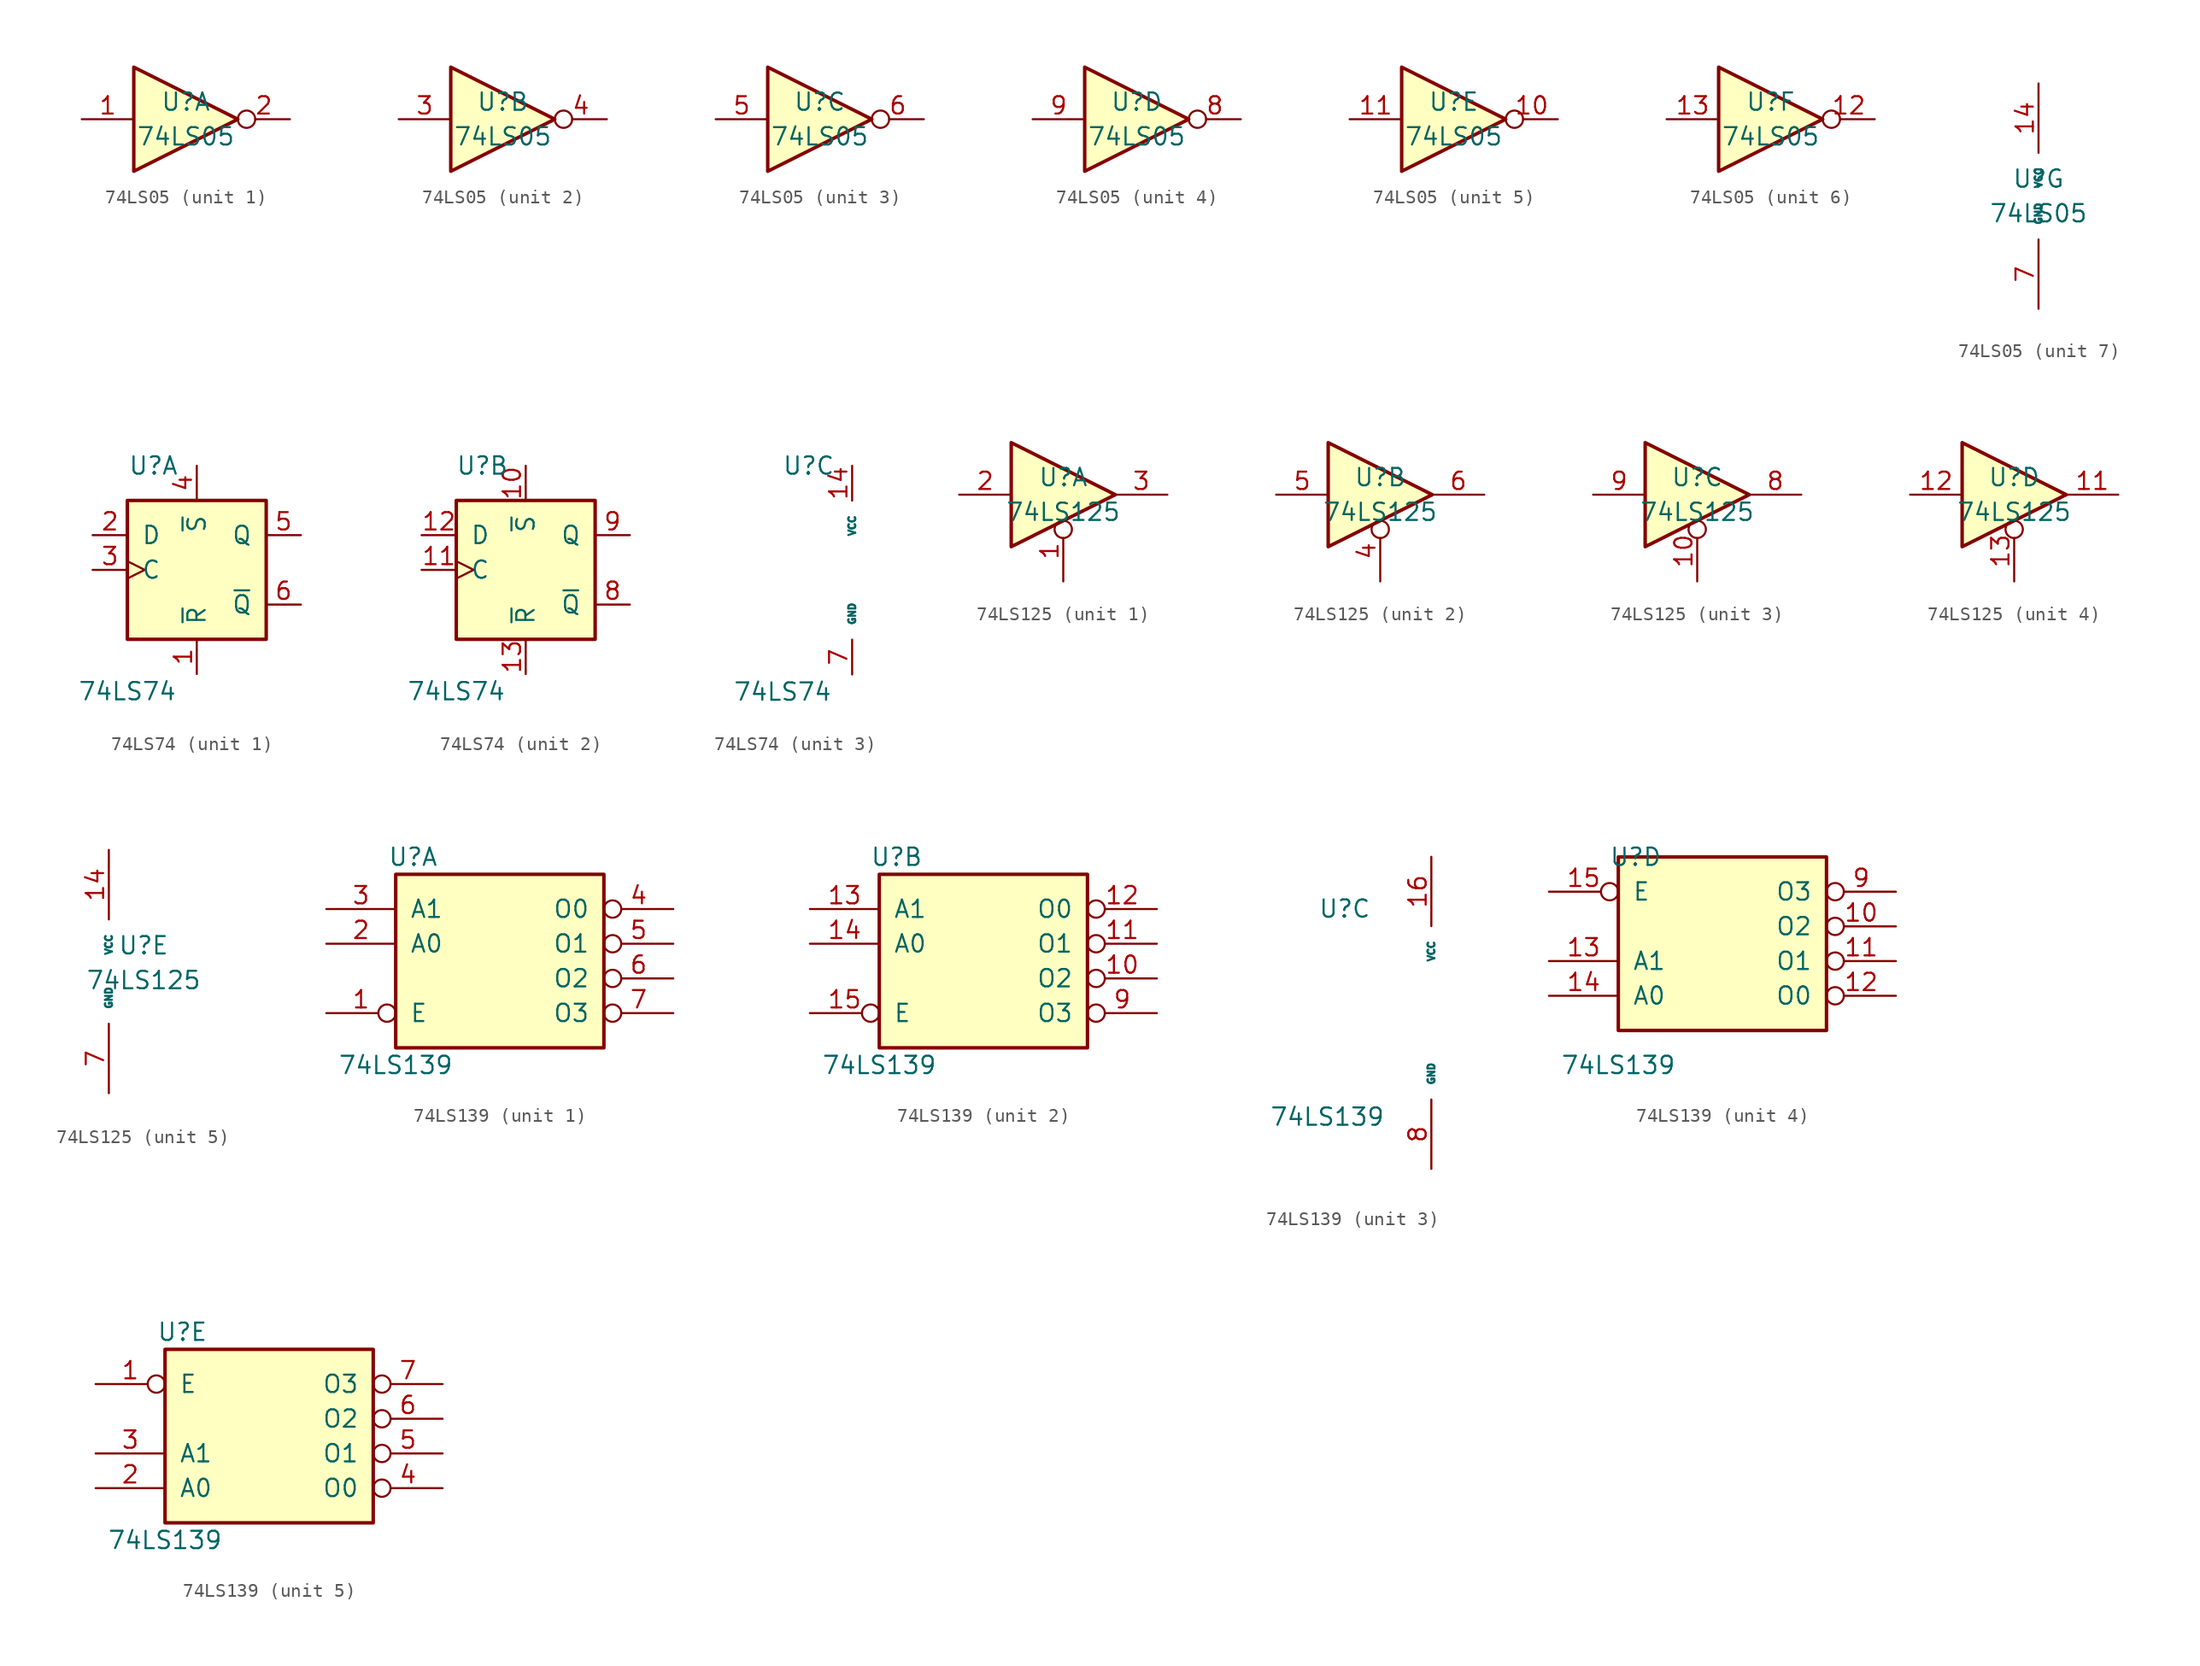
<source format=kicad_sym>
(kicad_symbol_lib
  (version 20211014)
  (generator kicad_symbol_editor)
  (symbol "74LS05"
    (pin_names
      (offset 1.016))
    (property "Reference" "U"
      (at 0 1.27 0)
      (effects (font (size 1.27 1.27))))
    (property "Value" "74LS05"
      (at 0 -1.27 0)
      (effects (font (size 1.27 1.27))))
    (property "ki_locked" ""
      (at 0 0 0)
      (effects (font (size 1.27 1.27))))
    (symbol "74LS05_1_0"
      (polyline (pts (xy -3.81 3.81) (xy -3.81 -3.81) (xy 3.81 0) (xy -3.81 3.81)) (stroke (width 0.254) (type default) (color 0 0 0 0)) (fill (type background)))
      (pin input line (at -7.62 0 0) (length 3.81) (name "~" (effects (font (size 1.27 1.27)))) (number "1" (effects (font (size 1.27 1.27)))))
      (pin open_collector inverted (at 7.62 0 180) (length 3.81) (name "~" (effects (font (size 1.27 1.27)))) (number "2" (effects (font (size 1.27 1.27))))))
    (symbol "74LS05_2_0"
      (polyline (pts (xy -3.81 3.81) (xy -3.81 -3.81) (xy 3.81 0) (xy -3.81 3.81)) (stroke (width 0.254) (type default) (color 0 0 0 0)) (fill (type background)))
      (pin input line (at -7.62 0 0) (length 3.81) (name "~" (effects (font (size 1.27 1.27)))) (number "3" (effects (font (size 1.27 1.27)))))
      (pin open_collector inverted (at 7.62 0 180) (length 3.81) (name "~" (effects (font (size 1.27 1.27)))) (number "4" (effects (font (size 1.27 1.27))))))
    (symbol "74LS05_3_0"
      (polyline (pts (xy -3.81 3.81) (xy -3.81 -3.81) (xy 3.81 0) (xy -3.81 3.81)) (stroke (width 0.254) (type default) (color 0 0 0 0)) (fill (type background)))
      (pin input line (at -7.62 0 0) (length 3.81) (name "~" (effects (font (size 1.27 1.27)))) (number "5" (effects (font (size 1.27 1.27)))))
      (pin open_collector inverted (at 7.62 0 180) (length 3.81) (name "~" (effects (font (size 1.27 1.27)))) (number "6" (effects (font (size 1.27 1.27))))))
    (symbol "74LS05_4_0"
      (polyline (pts (xy -3.81 3.81) (xy -3.81 -3.81) (xy 3.81 0) (xy -3.81 3.81)) (stroke (width 0.254) (type default) (color 0 0 0 0)) (fill (type background)))
      (pin open_collector inverted (at 7.62 0 180) (length 3.81) (name "~" (effects (font (size 1.27 1.27)))) (number "8" (effects (font (size 1.27 1.27)))))
      (pin input line (at -7.62 0 0) (length 3.81) (name "~" (effects (font (size 1.27 1.27)))) (number "9" (effects (font (size 1.27 1.27))))))
    (symbol "74LS05_5_0"
      (polyline (pts (xy -3.81 3.81) (xy -3.81 -3.81) (xy 3.81 0) (xy -3.81 3.81)) (stroke (width 0.254) (type default) (color 0 0 0 0)) (fill (type background)))
      (pin open_collector inverted (at 7.62 0 180) (length 3.81) (name "~" (effects (font (size 1.27 1.27)))) (number "10" (effects (font (size 1.27 1.27)))))
      (pin input line (at -7.62 0 0) (length 3.81) (name "~" (effects (font (size 1.27 1.27)))) (number "11" (effects (font (size 1.27 1.27))))))
    (symbol "74LS05_6_0"
      (polyline (pts (xy -3.81 3.81) (xy -3.81 -3.81) (xy 3.81 0) (xy -3.81 3.81)) (stroke (width 0.254) (type default) (color 0 0 0 0)) (fill (type background)))
      (pin open_collector inverted (at 7.62 0 180) (length 3.81) (name "~" (effects (font (size 1.27 1.27)))) (number "12" (effects (font (size 1.27 1.27)))))
      (pin input line (at -7.62 0 0) (length 3.81) (name "~" (effects (font (size 1.27 1.27)))) (number "13" (effects (font (size 1.27 1.27))))))
    (symbol "74LS05_7_0"
      (pin power_in line (at 0 8.255 270) (length 5.08) (name "VCC" (effects (font (size 0.508 0.508)))) (number "14" (effects (font (size 1.27 1.27)))))
      (pin power_in line (at 0 -8.255 90) (length 5.08) (name "GND" (effects (font (size 0.508 0.508)))) (number "7" (effects (font (size 1.27 1.27)))))))
  (symbol "74LS74"
    (pin_names
      (offset 1.016))
    (property "Reference" "U"
      (at -3.175 7.62 0)
      (effects (font (size 1.27 1.27))))
    (property "Value" "74LS74"
      (at -5.08 -8.89 0)
      (effects (font (size 1.27 1.27))))
    (property "ki_locked" ""
      (at 0 0 0)
      (effects (font (size 1.27 1.27))))
    (symbol "74LS74_1_0"
      (pin input line (at 0 -7.62 90) (length 2.54) (name "~{R}" (effects (font (size 1.27 1.27)))) (number "1" (effects (font (size 1.27 1.27)))))
      (pin input line (at -7.62 2.54 0) (length 2.54) (name "D" (effects (font (size 1.27 1.27)))) (number "2" (effects (font (size 1.27 1.27)))))
      (pin input clock (at -7.62 0 0) (length 2.54) (name "C" (effects (font (size 1.27 1.27)))) (number "3" (effects (font (size 1.27 1.27)))))
      (pin input line (at 0 7.62 270) (length 2.54) (name "~{S}" (effects (font (size 1.27 1.27)))) (number "4" (effects (font (size 1.27 1.27)))))
      (pin output line (at 7.62 2.54 180) (length 2.54) (name "Q" (effects (font (size 1.27 1.27)))) (number "5" (effects (font (size 1.27 1.27)))))
      (pin output line (at 7.62 -2.54 180) (length 2.54) (name "~{Q}" (effects (font (size 1.27 1.27)))) (number "6" (effects (font (size 1.27 1.27))))))
    (symbol "74LS74_1_1"
      (rectangle (start -5.08 5.08) (end 5.08 -5.08) (stroke (width 0.254) (type default) (color 0 0 0 0)) (fill (type background))))
    (symbol "74LS74_2_0"
      (pin input line (at 0 7.62 270) (length 2.54) (name "~{S}" (effects (font (size 1.27 1.27)))) (number "10" (effects (font (size 1.27 1.27)))))
      (pin input clock (at -7.62 0 0) (length 2.54) (name "C" (effects (font (size 1.27 1.27)))) (number "11" (effects (font (size 1.27 1.27)))))
      (pin input line (at -7.62 2.54 0) (length 2.54) (name "D" (effects (font (size 1.27 1.27)))) (number "12" (effects (font (size 1.27 1.27)))))
      (pin input line (at 0 -7.62 90) (length 2.54) (name "~{R}" (effects (font (size 1.27 1.27)))) (number "13" (effects (font (size 1.27 1.27)))))
      (pin output line (at 7.62 -2.54 180) (length 2.54) (name "~{Q}" (effects (font (size 1.27 1.27)))) (number "8" (effects (font (size 1.27 1.27)))))
      (pin output line (at 7.62 2.54 180) (length 2.54) (name "Q" (effects (font (size 1.27 1.27)))) (number "9" (effects (font (size 1.27 1.27))))))
    (symbol "74LS74_2_1"
      (rectangle (start -5.08 5.08) (end 5.08 -5.08) (stroke (width 0.254) (type default) (color 0 0 0 0)) (fill (type background))))
    (symbol "74LS74_3_0"
      (pin power_in line (at 0 7.62 270) (length 2.54) (name "VCC" (effects (font (size 0.508 0.508)))) (number "14" (effects (font (size 1.27 1.27)))))
      (pin power_in line (at 0 -7.62 90) (length 2.54) (name "GND" (effects (font (size 0.508 0.508)))) (number "7" (effects (font (size 1.27 1.27)))))))
  (symbol "74LS125"
    (pin_names
      (offset 1.016))
    (property "Reference" "U"
      (at 0 1.27 0)
      (effects (font (size 1.27 1.27))))
    (property "Value" "74LS125"
      (at 0 -1.27 0)
      (effects (font (size 1.27 1.27))))
    (property "ki_locked" ""
      (at 0 0 0)
      (effects (font (size 1.27 1.27))))
    (symbol "74LS125_1_0"
      (polyline (pts (xy -3.81 3.81) (xy -3.81 -3.81) (xy 3.81 0) (xy -3.81 3.81)) (stroke (width 0.254) (type default) (color 0 0 0 0)) (fill (type background)))
      (pin input inverted (at 0 -6.35 90) (length 4.445) (name "~" (effects (font (size 1.27 1.27)))) (number "1" (effects (font (size 1.27 1.27)))))
      (pin input line (at -7.62 0 0) (length 3.81) (name "~" (effects (font (size 1.27 1.27)))) (number "2" (effects (font (size 1.27 1.27)))))
      (pin tri_state line (at 7.62 0 180) (length 3.81) (name "~" (effects (font (size 1.27 1.27)))) (number "3" (effects (font (size 1.27 1.27))))))
    (symbol "74LS125_2_0"
      (polyline (pts (xy -3.81 3.81) (xy -3.81 -3.81) (xy 3.81 0) (xy -3.81 3.81)) (stroke (width 0.254) (type default) (color 0 0 0 0)) (fill (type background)))
      (pin input inverted (at 0 -6.35 90) (length 4.445) (name "~" (effects (font (size 1.27 1.27)))) (number "4" (effects (font (size 1.27 1.27)))))
      (pin input line (at -7.62 0 0) (length 3.81) (name "~" (effects (font (size 1.27 1.27)))) (number "5" (effects (font (size 1.27 1.27)))))
      (pin tri_state line (at 7.62 0 180) (length 3.81) (name "~" (effects (font (size 1.27 1.27)))) (number "6" (effects (font (size 1.27 1.27))))))
    (symbol "74LS125_3_0"
      (polyline (pts (xy -3.81 3.81) (xy -3.81 -3.81) (xy 3.81 0) (xy -3.81 3.81)) (stroke (width 0.254) (type default) (color 0 0 0 0)) (fill (type background)))
      (pin input inverted (at 0 -6.35 90) (length 4.445) (name "~" (effects (font (size 1.27 1.27)))) (number "10" (effects (font (size 1.27 1.27)))))
      (pin tri_state line (at 7.62 0 180) (length 3.81) (name "~" (effects (font (size 1.27 1.27)))) (number "8" (effects (font (size 1.27 1.27)))))
      (pin input line (at -7.62 0 0) (length 3.81) (name "~" (effects (font (size 1.27 1.27)))) (number "9" (effects (font (size 1.27 1.27))))))
    (symbol "74LS125_4_0"
      (polyline (pts (xy -3.81 3.81) (xy -3.81 -3.81) (xy 3.81 0) (xy -3.81 3.81)) (stroke (width 0.254) (type default) (color 0 0 0 0)) (fill (type background)))
      (pin tri_state line (at 7.62 0 180) (length 3.81) (name "~" (effects (font (size 1.27 1.27)))) (number "11" (effects (font (size 1.27 1.27)))))
      (pin input line (at -7.62 0 0) (length 3.81) (name "~" (effects (font (size 1.27 1.27)))) (number "12" (effects (font (size 1.27 1.27)))))
      (pin input inverted (at 0 -6.35 90) (length 4.445) (name "~" (effects (font (size 1.27 1.27)))) (number "13" (effects (font (size 1.27 1.27))))))
    (symbol "74LS125_5_0"
      (pin power_in line (at -2.54 8.255 270) (length 5.08) (name "VCC" (effects (font (size 0.508 0.508)))) (number "14" (effects (font (size 1.27 1.27)))))
      (pin power_in line (at -2.54 -9.525 90) (length 5.08) (name "GND" (effects (font (size 0.508 0.508)))) (number "7" (effects (font (size 1.27 1.27)))))))
  (symbol "74LS139"
    (pin_names
      (offset 1.016))
    (property "Reference" "U"
      (at -6.35 6.35 0)
      (effects (font (size 1.27 1.27))))
    (property "Value" "74LS139"
      (at -7.62 -8.89 0)
      (effects (font (size 1.27 1.27))))
    (property "ki_locked" ""
      (at 0 0 0)
      (effects (font (size 1.27 1.27))))
    (symbol "74LS139_1_0"
      (pin input inverted (at -12.7 -5.08 0) (length 5.08) (name "E" (effects (font (size 1.27 1.27)))) (number "1" (effects (font (size 1.27 1.27)))))
      (pin input line (at -12.7 0 0) (length 5.08) (name "A0" (effects (font (size 1.27 1.27)))) (number "2" (effects (font (size 1.27 1.27)))))
      (pin input line (at -12.7 2.54 0) (length 5.08) (name "A1" (effects (font (size 1.27 1.27)))) (number "3" (effects (font (size 1.27 1.27)))))
      (pin output inverted (at 12.7 2.54 180) (length 5.08) (name "O0" (effects (font (size 1.27 1.27)))) (number "4" (effects (font (size 1.27 1.27)))))
      (pin output inverted (at 12.7 0 180) (length 5.08) (name "O1" (effects (font (size 1.27 1.27)))) (number "5" (effects (font (size 1.27 1.27)))))
      (pin output inverted (at 12.7 -2.54 180) (length 5.08) (name "O2" (effects (font (size 1.27 1.27)))) (number "6" (effects (font (size 1.27 1.27)))))
      (pin output inverted (at 12.7 -5.08 180) (length 5.08) (name "O3" (effects (font (size 1.27 1.27)))) (number "7" (effects (font (size 1.27 1.27))))))
    (symbol "74LS139_1_1"
      (rectangle (start -7.62 5.08) (end 7.62 -7.62) (stroke (width 0.254) (type default) (color 0 0 0 0)) (fill (type background))))
    (symbol "74LS139_2_0"
      (pin output inverted (at 12.7 -2.54 180) (length 5.08) (name "O2" (effects (font (size 1.27 1.27)))) (number "10" (effects (font (size 1.27 1.27)))))
      (pin output inverted (at 12.7 0 180) (length 5.08) (name "O1" (effects (font (size 1.27 1.27)))) (number "11" (effects (font (size 1.27 1.27)))))
      (pin output inverted (at 12.7 2.54 180) (length 5.08) (name "O0" (effects (font (size 1.27 1.27)))) (number "12" (effects (font (size 1.27 1.27)))))
      (pin input line (at -12.7 2.54 0) (length 5.08) (name "A1" (effects (font (size 1.27 1.27)))) (number "13" (effects (font (size 1.27 1.27)))))
      (pin input line (at -12.7 0 0) (length 5.08) (name "A0" (effects (font (size 1.27 1.27)))) (number "14" (effects (font (size 1.27 1.27)))))
      (pin input inverted (at -12.7 -5.08 0) (length 5.08) (name "E" (effects (font (size 1.27 1.27)))) (number "15" (effects (font (size 1.27 1.27)))))
      (pin output inverted (at 12.7 -5.08 180) (length 5.08) (name "O3" (effects (font (size 1.27 1.27)))) (number "9" (effects (font (size 1.27 1.27))))))
    (symbol "74LS139_2_1"
      (rectangle (start -7.62 5.08) (end 7.62 -7.62) (stroke (width 0.254) (type default) (color 0 0 0 0)) (fill (type background))))
    (symbol "74LS139_3_0"
      (pin power_in line (at 0 10.16 270) (length 5.08) (name "VCC" (effects (font (size 0.508 0.508)))) (number "16" (effects (font (size 1.27 1.27)))))
      (pin power_in line (at 0 -12.7 90) (length 5.08) (name "GND" (effects (font (size 0.508 0.508)))) (number "8" (effects (font (size 1.27 1.27))))))
    (symbol "74LS139_4_0"
      (pin output inverted (at 12.7 1.27 180) (length 5.08) (name "O2" (effects (font (size 1.27 1.27)))) (number "10" (effects (font (size 1.27 1.27)))))
      (pin output inverted (at 12.7 -1.27 180) (length 5.08) (name "O1" (effects (font (size 1.27 1.27)))) (number "11" (effects (font (size 1.27 1.27)))))
      (pin output inverted (at 12.7 -3.81 180) (length 5.08) (name "O0" (effects (font (size 1.27 1.27)))) (number "12" (effects (font (size 1.27 1.27)))))
      (pin input line (at -12.7 -1.27 0) (length 5.08) (name "A1" (effects (font (size 1.27 1.27)))) (number "13" (effects (font (size 1.27 1.27)))))
      (pin input line (at -12.7 -3.81 0) (length 5.08) (name "A0" (effects (font (size 1.27 1.27)))) (number "14" (effects (font (size 1.27 1.27)))))
      (pin input inverted (at -12.7 3.81 0) (length 5.08) (name "E" (effects (font (size 1.27 1.27)))) (number "15" (effects (font (size 1.27 1.27)))))
      (pin output inverted (at 12.7 3.81 180) (length 5.08) (name "O3" (effects (font (size 1.27 1.27)))) (number "9" (effects (font (size 1.27 1.27))))))
    (symbol "74LS139_4_1"
      (rectangle (start -7.62 6.35) (end 7.62 -6.35) (stroke (width 0.254) (type default) (color 0 0 0 0)) (fill (type background))))
    (symbol "74LS139_5_0"
      (pin input inverted (at -12.7 2.54 0) (length 5.08) (name "E" (effects (font (size 1.27 1.27)))) (number "1" (effects (font (size 1.27 1.27)))))
      (pin input line (at -12.7 -5.08 0) (length 5.08) (name "A0" (effects (font (size 1.27 1.27)))) (number "2" (effects (font (size 1.27 1.27)))))
      (pin input line (at -12.7 -2.54 0) (length 5.08) (name "A1" (effects (font (size 1.27 1.27)))) (number "3" (effects (font (size 1.27 1.27)))))
      (pin output inverted (at 12.7 -5.08 180) (length 5.08) (name "O0" (effects (font (size 1.27 1.27)))) (number "4" (effects (font (size 1.27 1.27)))))
      (pin output inverted (at 12.7 -2.54 180) (length 5.08) (name "O1" (effects (font (size 1.27 1.27)))) (number "5" (effects (font (size 1.27 1.27)))))
      (pin output inverted (at 12.7 0 180) (length 5.08) (name "O2" (effects (font (size 1.27 1.27)))) (number "6" (effects (font (size 1.27 1.27)))))
      (pin output inverted (at 12.7 2.54 180) (length 5.08) (name "O3" (effects (font (size 1.27 1.27)))) (number "7" (effects (font (size 1.27 1.27))))))
    (symbol "74LS139_5_1"
      (rectangle (start -7.62 5.08) (end 7.62 -7.62) (stroke (width 0.254) (type default) (color 0 0 0 0)) (fill (type background))))))
</source>
